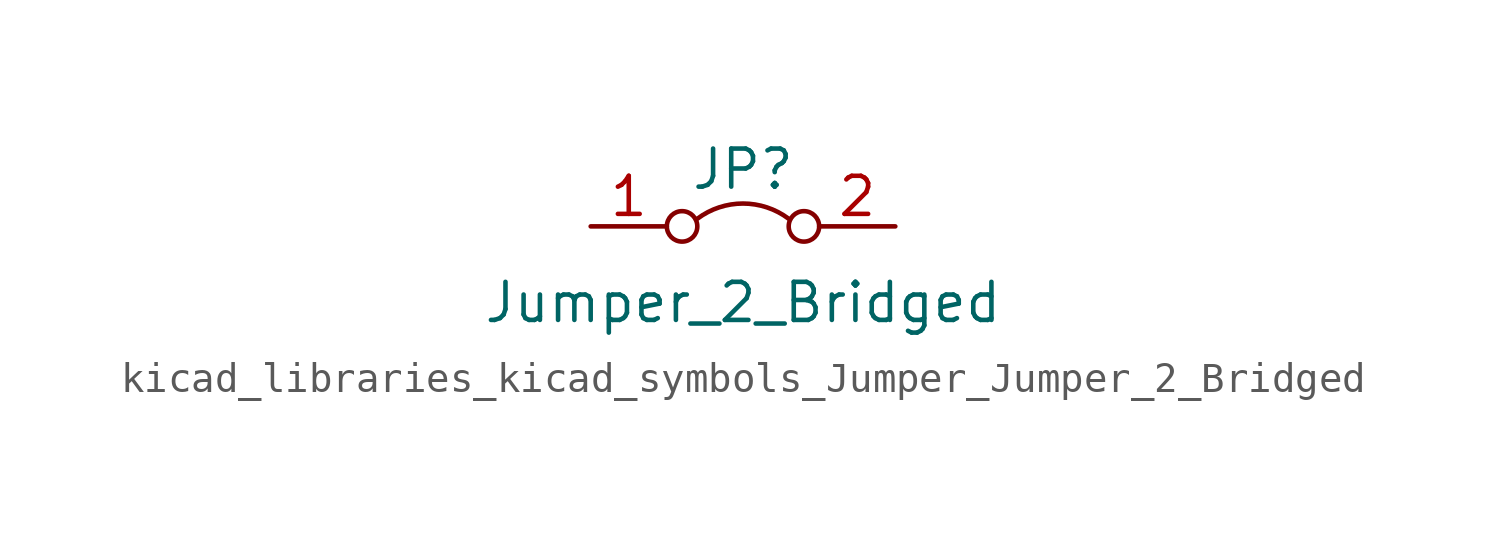
<source format=kicad_sym>
(kicad_symbol_lib
  (version 20220914)
  (generator kicad_symbol_editor)
  (symbol "kicad_libraries_kicad_symbols_Jumper_Jumper_2_Bridged"
    (pin_names
      (offset 0) hide)
    (property "Reference" "JP"
      (at 0 1.905 0)
      (effects (font (size 1.27 1.27))))
    (property "Value" "Jumper_2_Bridged"
      (at 0 -2.54 0)
      (effects (font (size 1.27 1.27))))
    (symbol "kicad_libraries_kicad_symbols_Jumper_Jumper_2_Bridged_0_0"
      (circle (center -2.032 0) (radius 0.508) (stroke (width 0) (type default)) (fill (type none)))
      (circle (center 2.032 0) (radius 0.508) (stroke (width 0) (type default)) (fill (type none))))
    (symbol "kicad_libraries_kicad_symbols_Jumper_Jumper_2_Bridged_0_1"
      (arc (start 1.524 0.254) (mid 0 0.762) (end -1.524 0.254) (stroke (width 0) (type default)) (fill (type none))))
    (symbol "kicad_libraries_kicad_symbols_Jumper_Jumper_2_Bridged_1_1"
      (pin passive line (at -5.08 0 0) (length 2.54) (name "A" (effects (font (size 1.27 1.27)))) (number "1" (effects (font (size 1.27 1.27)))))
      (pin passive line (at 5.08 0 180) (length 2.54) (name "B" (effects (font (size 1.27 1.27)))) (number "2" (effects (font (size 1.27 1.27))))))))
</source>
